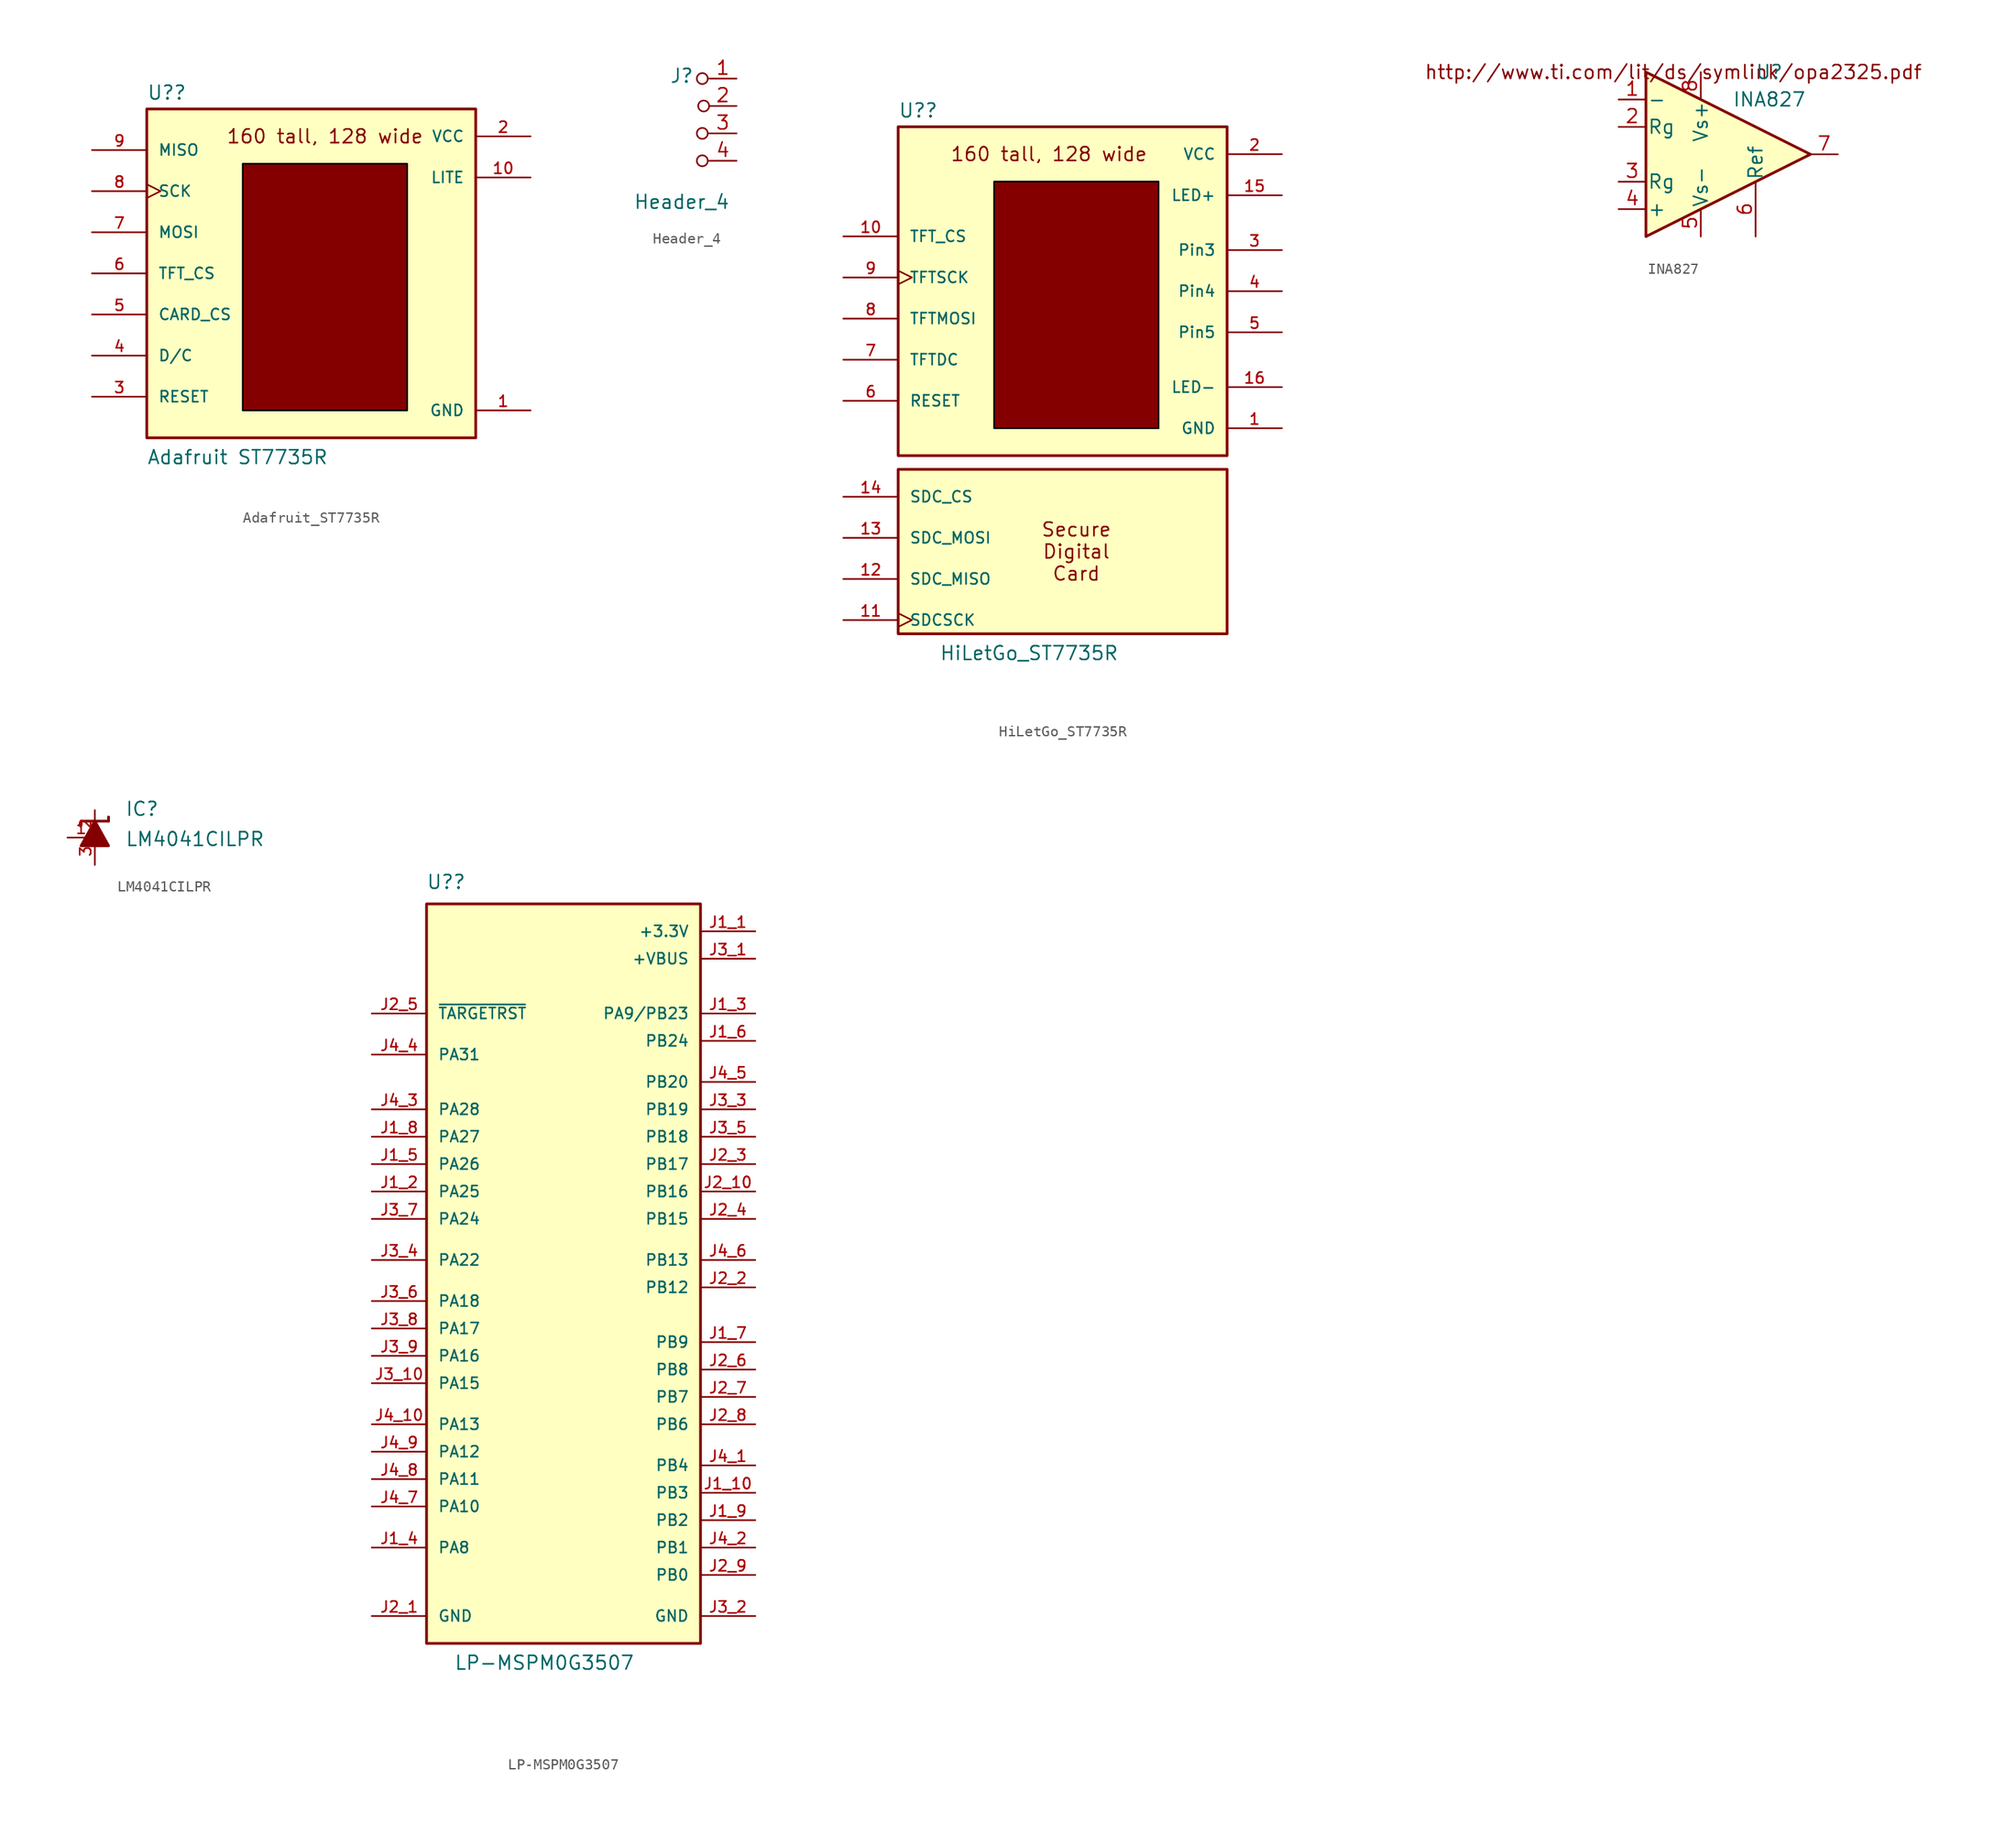
<source format=kicad_sym>
(kicad_symbol_lib
  (version 20220914)
  (generator kicad_symbol_editor)
  (symbol "Adafruit_ST7735R"
    (pin_names
      (offset 1.016))
    (property "Reference" "U?"
      (at -15.24 16.002 0)
      (effects (font (size 1.27 1.27)) (justify left bottom)))
    (property "Value" "Adafruit ST7735R"
      (at -15.24 -17.78 0)
      (effects (font (size 1.27 1.27)) (justify left bottom)))
    (symbol "Adafruit_ST7735R_0_0"
      (rectangle (start -15.24 15.24) (end 15.24 -15.24) (stroke (width 0.254) (type default)) (fill (type background))))
    (symbol "Adafruit_ST7735R_1_0"
      (pin power_in line (at 20.32 -12.7 180) (length 5.08) (name "GND" (effects (font (size 1.016 1.016)))) (number "1" (effects (font (size 1.016 1.016)))))
      (pin power_in line (at 20.32 8.89 180) (length 5.08) (name "LITE" (effects (font (size 1.016 1.016)))) (number "10" (effects (font (size 1.016 1.016)))))
      (pin power_in line (at 20.32 12.7 180) (length 5.08) (name "VCC" (effects (font (size 1.016 1.016)))) (number "2" (effects (font (size 1.016 1.016)))))
      (pin input line (at -20.32 -11.43 0) (length 5.08) (name "RESET" (effects (font (size 1.016 1.016)))) (number "3" (effects (font (size 1.016 1.016)))))
      (pin input line (at -20.32 -7.62 0) (length 5.08) (name "D/C" (effects (font (size 1.016 1.016)))) (number "4" (effects (font (size 1.016 1.016)))))
      (pin input line (at -20.32 -3.81 0) (length 5.08) (name "CARD_CS" (effects (font (size 1.016 1.016)))) (number "5" (effects (font (size 1.016 1.016)))))
      (pin input line (at -20.32 0 0) (length 5.08) (name "TFT_CS" (effects (font (size 1.016 1.016)))) (number "6" (effects (font (size 1.016 1.016)))))
      (pin input line (at -20.32 3.81 0) (length 5.08) (name "MOSI" (effects (font (size 1.016 1.016)))) (number "7" (effects (font (size 1.016 1.016)))))
      (pin input clock (at -20.32 7.62 0) (length 5.08) (name "SCK" (effects (font (size 1.016 1.016)))) (number "8" (effects (font (size 1.016 1.016)))))
      (pin output line (at -20.32 11.43 0) (length 5.08) (name "MISO" (effects (font (size 1.016 1.016)))) (number "9" (effects (font (size 1.016 1.016))))))
    (symbol "Adafruit_ST7735R_1_1"
      (rectangle (start -6.35 10.16) (end 8.89 -12.7) (stroke (width 0) (type default) (color 0 0 0 1)) (fill (type color) (color 132 0 0 1)))
      (text "160 tall, 128 wide" (at 1.27 12.7 0) (effects (font (size 1.27 1.27))))))
  (symbol "Header_4"
    (pin_names
      (offset 0) hide)
    (property "Reference" "J"
      (at 0 2.794 0)
      (effects (font (size 1.27 1.27))))
    (property "Value" "Header_4"
      (at 0 -8.89 0)
      (effects (font (size 1.27 1.27))))
    (symbol "Header_4_0_0"
      (circle (center 1.905 2.54) (radius 0.508) (stroke (width 0) (type default)) (fill (type none))))
    (symbol "Header_4_1_0"
      (circle (center 1.905 -5.08) (radius 0.508) (stroke (width 0) (type default)) (fill (type none)))
      (circle (center 1.905 -2.54) (radius 0.508) (stroke (width 0) (type default)) (fill (type none)))
      (circle (center 2.032 0) (radius 0.508) (stroke (width 0) (type default)) (fill (type none))))
    (symbol "Header_4_1_1"
      (pin passive line (at 5.08 2.54 180) (length 2.54) (name "A" (effects (font (size 1.27 1.27)))) (number "1" (effects (font (size 1.27 1.27)))))
      (pin passive line (at 5.08 0 180) (length 2.54) (name "B" (effects (font (size 1.27 1.27)))) (number "2" (effects (font (size 1.27 1.27)))))
      (pin passive line (at 5.08 -2.54 180) (length 2.54) (name "C" (effects (font (size 1.27 1.27)))) (number "3" (effects (font (size 1.27 1.27)))))
      (pin passive line (at 5.08 -5.08 180) (length 2.54) (name "C" (effects (font (size 1.27 1.27)))) (number "4" (effects (font (size 1.27 1.27)))))))
  (symbol "HiLetGo_ST7735R"
    (pin_names
      (offset 1.016))
    (property "Reference" "U?"
      (at -15.24 16.002 0)
      (effects (font (size 1.27 1.27)) (justify left bottom)))
    (property "Value" "HiLetGo_ST7735R"
      (at -11.43 -34.29 0)
      (effects (font (size 1.27 1.27)) (justify left bottom)))
    (symbol "HiLetGo_ST7735R_0_0"
      (rectangle (start -15.24 -16.51) (end 15.24 -31.75) (stroke (width 0.254) (type default)) (fill (type background)))
      (rectangle (start -15.24 15.24) (end 15.24 -15.24) (stroke (width 0.254) (type default)) (fill (type background))))
    (symbol "HiLetGo_ST7735R_1_0"
      (pin power_in line (at 20.32 -12.7 180) (length 5.08) (name "GND" (effects (font (size 1.016 1.016)))) (number "1" (effects (font (size 1.016 1.016)))))
      (pin input line (at -20.32 5.08 0) (length 5.08) (name "TFT_CS" (effects (font (size 1.016 1.016)))) (number "10" (effects (font (size 1.016 1.016)))))
      (pin input clock (at -20.32 -30.48 0) (length 5.08) (name "SDCSCK" (effects (font (size 1.016 1.016)))) (number "11" (effects (font (size 1.016 1.016)))))
      (pin output line (at -20.32 -26.67 0) (length 5.08) (name "SDC_MISO" (effects (font (size 1.016 1.016)))) (number "12" (effects (font (size 1.016 1.016)))))
      (pin input line (at -20.32 -22.86 0) (length 5.08) (name "SDC_MOSI" (effects (font (size 1.016 1.016)))) (number "13" (effects (font (size 1.016 1.016)))))
      (pin input line (at -20.32 -19.05 0) (length 5.08) (name "SDC_CS" (effects (font (size 1.016 1.016)))) (number "14" (effects (font (size 1.016 1.016)))))
      (pin power_in line (at 20.32 8.89 180) (length 5.08) (name "LED+" (effects (font (size 1.016 1.016)))) (number "15" (effects (font (size 1.016 1.016)))))
      (pin power_in line (at 20.32 -8.89 180) (length 5.08) (name "LED-" (effects (font (size 1.016 1.016)))) (number "16" (effects (font (size 1.016 1.016)))))
      (pin power_in line (at 20.32 12.7 180) (length 5.08) (name "VCC" (effects (font (size 1.016 1.016)))) (number "2" (effects (font (size 1.016 1.016)))))
      (pin free line (at 20.32 3.81 180) (length 5.08) (name "Pin3" (effects (font (size 1.016 1.016)))) (number "3" (effects (font (size 1.016 1.016)))))
      (pin free line (at 20.32 0 180) (length 5.08) (name "Pin4" (effects (font (size 1.016 1.016)))) (number "4" (effects (font (size 1.016 1.016)))))
      (pin free line (at 20.32 -3.81 180) (length 5.08) (name "Pin5" (effects (font (size 1.016 1.016)))) (number "5" (effects (font (size 1.016 1.016)))))
      (pin input line (at -20.32 -10.16 0) (length 5.08) (name "RESET" (effects (font (size 1.016 1.016)))) (number "6" (effects (font (size 1.016 1.016)))))
      (pin input line (at -20.32 -6.35 0) (length 5.08) (name "TFTDC" (effects (font (size 1.016 1.016)))) (number "7" (effects (font (size 1.016 1.016)))))
      (pin input line (at -20.32 -2.54 0) (length 5.08) (name "TFTMOSI" (effects (font (size 1.016 1.016)))) (number "8" (effects (font (size 1.016 1.016)))))
      (pin input clock (at -20.32 1.27 0) (length 5.08) (name "TFTSCK" (effects (font (size 1.016 1.016)))) (number "9" (effects (font (size 1.016 1.016))))))
    (symbol "HiLetGo_ST7735R_1_1"
      (rectangle (start -6.35 10.16) (end 8.89 -12.7) (stroke (width 0) (type default) (color 0 0 0 1)) (fill (type color) (color 132 0 0 1)))
      (text "160 tall, 128 wide" (at -1.27 12.7 0) (effects (font (size 1.27 1.27))))
      (text "Secure\nDigital\nCard" (at 1.27 -24.13 0) (effects (font (size 1.27 1.27))))))
  (symbol "INA827"
    (pin_names
      (offset 0.127))
    (property "Reference" "U"
      (at 3.81 7.62 0)
      (effects (font (size 1.27 1.27))))
    (property "Value" "INA827"
      (at 3.81 5.08 0)
      (effects (font (size 1.27 1.27))))
    (symbol "INA827_0_0"
      (text "http://www.ti.com/lit/ds/symlink/opa2325.pdf" (at -5.08 7.62 0) (effects (font (size 1.27 1.27)))))
    (symbol "INA827_0_1"
      (polyline (pts (xy -7.62 7.62) (xy -7.62 -7.62) (xy 7.62 0) (xy -7.62 7.62)) (stroke (width 0.254) (type default)) (fill (type background))))
    (symbol "INA827_1_1"
      (pin input line (at -10.16 5.08 0) (length 2.54) (name "-" (effects (font (size 1.27 1.27)))) (number "1" (effects (font (size 1.27 1.27)))))
      (pin passive line (at -10.16 2.54 0) (length 2.54) (name "Rg" (effects (font (size 1.27 1.27)))) (number "2" (effects (font (size 1.27 1.27)))))
      (pin passive line (at -10.16 -2.54 0) (length 2.54) (name "Rg" (effects (font (size 1.27 1.27)))) (number "3" (effects (font (size 1.27 1.27)))))
      (pin input line (at -10.16 -5.08 0) (length 2.54) (name "+" (effects (font (size 1.27 1.27)))) (number "4" (effects (font (size 1.27 1.27)))))
      (pin power_in line (at -2.54 -7.62 90) (length 2.54) (name "Vs-" (effects (font (size 1.27 1.27)))) (number "5" (effects (font (size 1.27 1.27)))))
      (pin passive line (at 2.54 -7.62 90) (length 5.08) (name "Ref" (effects (font (size 1.27 1.27)))) (number "6" (effects (font (size 1.27 1.27)))))
      (pin output line (at 10.16 0 180) (length 2.54) (name "~" (effects (font (size 1.27 1.27)))) (number "7" (effects (font (size 1.27 1.27)))))
      (pin power_in line (at -2.54 7.62 270) (length 2.54) (name "Vs+" (effects (font (size 1.27 1.27)))) (number "8" (effects (font (size 1.27 1.27)))))))
  (symbol "LM4041CILPR"
    (pin_names
      (offset 1.016))
    (property "Reference" "IC"
      (at 2.796 1.907 0)
      (effects (font (size 1.27 1.27)) (justify left bottom)))
    (property "Value" "LM4041CILPR"
      (at 2.796 -0.89 0)
      (effects (font (size 1.27 1.27)) (justify left bottom)))
    (symbol "LM4041CILPR_0_0"
      (polyline (pts (xy -1.27 1.524) (xy -1.27 1.143)) (stroke (width 0.254) (type default)) (fill (type none)))
      (polyline (pts (xy 0 1.524) (xy -1.27 1.524)) (stroke (width 0.254) (type default)) (fill (type none)))
      (polyline (pts (xy 1.27 1.524) (xy 0 1.524)) (stroke (width 0.254) (type default)) (fill (type none)))
      (polyline (pts (xy 1.27 1.905) (xy 1.27 1.524)) (stroke (width 0.254) (type default)) (fill (type none)))
      (polyline (pts (xy 0 1.524) (xy -1.27 -0.762) (xy 1.27 -0.762) (xy 0 1.524)) (stroke (width 0.254) (type default)) (fill (type outline)))
      (pin passive line (at -2.54 0 0) (length 2.54) (name "~" (effects (font (size 1.016 1.016)))) (number "1" (effects (font (size 1.016 1.016)))))
      (pin passive line (at 0 2.54 270) (length 2.54) (name "~" (effects (font (size 1.016 1.016)))) (number "2" (effects (font (size 1.016 1.016)))))
      (pin passive line (at 0 -2.54 90) (length 2.54) (name "~" (effects (font (size 1.016 1.016)))) (number "3" (effects (font (size 1.016 1.016)))))))
  (symbol "LP-MSPM0G3507"
    (pin_names
      (offset 1.016))
    (property "Reference" "U?"
      (at -12.737 34.31 0)
      (effects (font (size 1.27 1.27)) (justify left bottom)))
    (property "Value" "LP-MSPM0G3507"
      (at -10.16 -38.1 0)
      (effects (font (size 1.27 1.27)) (justify left bottom)))
    (symbol "LP-MSPM0G3507_0_0"
      (rectangle (start -12.7 -35.56) (end 12.7 33.02) (stroke (width 0.254) (type default)) (fill (type background))))
    (symbol "LP-MSPM0G3507_1_0"
      (pin power_out line (at 17.78 30.48 180) (length 5.08) (name "+3.3V" (effects (font (size 1.016 1.016)))) (number "J1_1" (effects (font (size 1.016 1.016)))))
      (pin bidirectional line (at 17.78 -21.59 180) (length 5.08) (name "PB3" (effects (font (size 1.016 1.016)))) (number "J1_10" (effects (font (size 1.016 1.016)))))
      (pin bidirectional line (at -17.78 6.35 0) (length 5.08) (name "PA25" (effects (font (size 1.016 1.016)))) (number "J1_2" (effects (font (size 1.016 1.016)))))
      (pin bidirectional line (at 17.78 22.86 180) (length 5.08) (name "PA9/PB23" (effects (font (size 1.016 1.016)))) (number "J1_3" (effects (font (size 1.016 1.016)))))
      (pin bidirectional line (at -17.78 -26.67 0) (length 5.08) (name "PA8" (effects (font (size 1.016 1.016)))) (number "J1_4" (effects (font (size 1.016 1.016)))))
      (pin bidirectional line (at -17.78 8.89 0) (length 5.08) (name "PA26" (effects (font (size 1.016 1.016)))) (number "J1_5" (effects (font (size 1.016 1.016)))))
      (pin bidirectional line (at 17.78 20.32 180) (length 5.08) (name "PB24" (effects (font (size 1.016 1.016)))) (number "J1_6" (effects (font (size 1.016 1.016)))))
      (pin bidirectional line (at 17.78 -7.62 180) (length 5.08) (name "PB9" (effects (font (size 1.016 1.016)))) (number "J1_7" (effects (font (size 1.016 1.016)))))
      (pin bidirectional line (at -17.78 11.43 0) (length 5.08) (name "PA27" (effects (font (size 1.016 1.016)))) (number "J1_8" (effects (font (size 1.016 1.016)))))
      (pin bidirectional line (at 17.78 -24.13 180) (length 5.08) (name "PB2" (effects (font (size 1.016 1.016)))) (number "J1_9" (effects (font (size 1.016 1.016)))))
      (pin power_out line (at -17.78 -33.02 0) (length 5.08) (name "GND" (effects (font (size 1.016 1.016)))) (number "J2_1" (effects (font (size 1.016 1.016)))))
      (pin bidirectional line (at 17.78 6.35 180) (length 5.08) (name "PB16" (effects (font (size 1.016 1.016)))) (number "J2_10" (effects (font (size 1.016 1.016)))))
      (pin bidirectional line (at 17.78 -2.54 180) (length 5.08) (name "PB12" (effects (font (size 1.016 1.016)))) (number "J2_2" (effects (font (size 1.016 1.016)))))
      (pin bidirectional line (at 17.78 8.89 180) (length 5.08) (name "PB17" (effects (font (size 1.016 1.016)))) (number "J2_3" (effects (font (size 1.016 1.016)))))
      (pin bidirectional line (at 17.78 3.81 180) (length 5.08) (name "PB15" (effects (font (size 1.016 1.016)))) (number "J2_4" (effects (font (size 1.016 1.016)))))
      (pin input line (at -17.78 22.86 0) (length 5.08) (name "~{TARGETRST}" (effects (font (size 1.016 1.016)))) (number "J2_5" (effects (font (size 1.016 1.016)))))
      (pin bidirectional line (at 17.78 -10.16 180) (length 5.08) (name "PB8" (effects (font (size 1.016 1.016)))) (number "J2_6" (effects (font (size 1.016 1.016)))))
      (pin bidirectional line (at 17.78 -12.7 180) (length 5.08) (name "PB7" (effects (font (size 1.016 1.016)))) (number "J2_7" (effects (font (size 1.016 1.016)))))
      (pin bidirectional line (at 17.78 -15.24 180) (length 5.08) (name "PB6" (effects (font (size 1.016 1.016)))) (number "J2_8" (effects (font (size 1.016 1.016)))))
      (pin bidirectional line (at 17.78 -29.21 180) (length 5.08) (name "PB0" (effects (font (size 1.016 1.016)))) (number "J2_9" (effects (font (size 1.016 1.016)))))
      (pin power_out line (at 17.78 27.94 180) (length 5.08) (name "+VBUS" (effects (font (size 1.016 1.016)))) (number "J3_1" (effects (font (size 1.016 1.016)))))
      (pin bidirectional line (at -17.78 -11.43 0) (length 5.08) (name "PA15" (effects (font (size 1.016 1.016)))) (number "J3_10" (effects (font (size 1.016 1.016)))))
      (pin power_out line (at 17.78 -33.02 180) (length 5.08) (name "GND" (effects (font (size 1.016 1.016)))) (number "J3_2" (effects (font (size 1.016 1.016)))))
      (pin bidirectional line (at 17.78 13.97 180) (length 5.08) (name "PB19" (effects (font (size 1.016 1.016)))) (number "J3_3" (effects (font (size 1.016 1.016)))))
      (pin bidirectional line (at -17.78 0 0) (length 5.08) (name "PA22" (effects (font (size 1.016 1.016)))) (number "J3_4" (effects (font (size 1.016 1.016)))))
      (pin bidirectional line (at 17.78 11.43 180) (length 5.08) (name "PB18" (effects (font (size 1.016 1.016)))) (number "J3_5" (effects (font (size 1.016 1.016)))))
      (pin bidirectional line (at -17.78 -3.81 0) (length 5.08) (name "PA18" (effects (font (size 1.016 1.016)))) (number "J3_6" (effects (font (size 1.016 1.016)))))
      (pin bidirectional line (at -17.78 3.81 0) (length 5.08) (name "PA24" (effects (font (size 1.016 1.016)))) (number "J3_7" (effects (font (size 1.016 1.016)))))
      (pin bidirectional line (at -17.78 -6.35 0) (length 5.08) (name "PA17" (effects (font (size 1.016 1.016)))) (number "J3_8" (effects (font (size 1.016 1.016)))))
      (pin bidirectional line (at -17.78 -8.89 0) (length 5.08) (name "PA16" (effects (font (size 1.016 1.016)))) (number "J3_9" (effects (font (size 1.016 1.016)))))
      (pin bidirectional line (at 17.78 -19.05 180) (length 5.08) (name "PB4" (effects (font (size 1.016 1.016)))) (number "J4_1" (effects (font (size 1.016 1.016)))))
      (pin bidirectional line (at -17.78 -15.24 0) (length 5.08) (name "PA13" (effects (font (size 1.016 1.016)))) (number "J4_10" (effects (font (size 1.016 1.016)))))
      (pin bidirectional line (at 17.78 -26.67 180) (length 5.08) (name "PB1" (effects (font (size 1.016 1.016)))) (number "J4_2" (effects (font (size 1.016 1.016)))))
      (pin bidirectional line (at -17.78 13.97 0) (length 5.08) (name "PA28" (effects (font (size 1.016 1.016)))) (number "J4_3" (effects (font (size 1.016 1.016)))))
      (pin bidirectional line (at -17.78 19.05 0) (length 5.08) (name "PA31" (effects (font (size 1.016 1.016)))) (number "J4_4" (effects (font (size 1.016 1.016)))))
      (pin bidirectional line (at 17.78 16.51 180) (length 5.08) (name "PB20" (effects (font (size 1.016 1.016)))) (number "J4_5" (effects (font (size 1.016 1.016)))))
      (pin bidirectional line (at 17.78 0 180) (length 5.08) (name "PB13" (effects (font (size 1.016 1.016)))) (number "J4_6" (effects (font (size 1.016 1.016)))))
      (pin bidirectional line (at -17.78 -22.86 0) (length 5.08) (name "PA10" (effects (font (size 1.016 1.016)))) (number "J4_7" (effects (font (size 1.016 1.016)))))
      (pin bidirectional line (at -17.78 -20.32 0) (length 5.08) (name "PA11" (effects (font (size 1.016 1.016)))) (number "J4_8" (effects (font (size 1.016 1.016)))))
      (pin bidirectional line (at -17.78 -17.78 0) (length 5.08) (name "PA12" (effects (font (size 1.016 1.016)))) (number "J4_9" (effects (font (size 1.016 1.016))))))))
</source>
